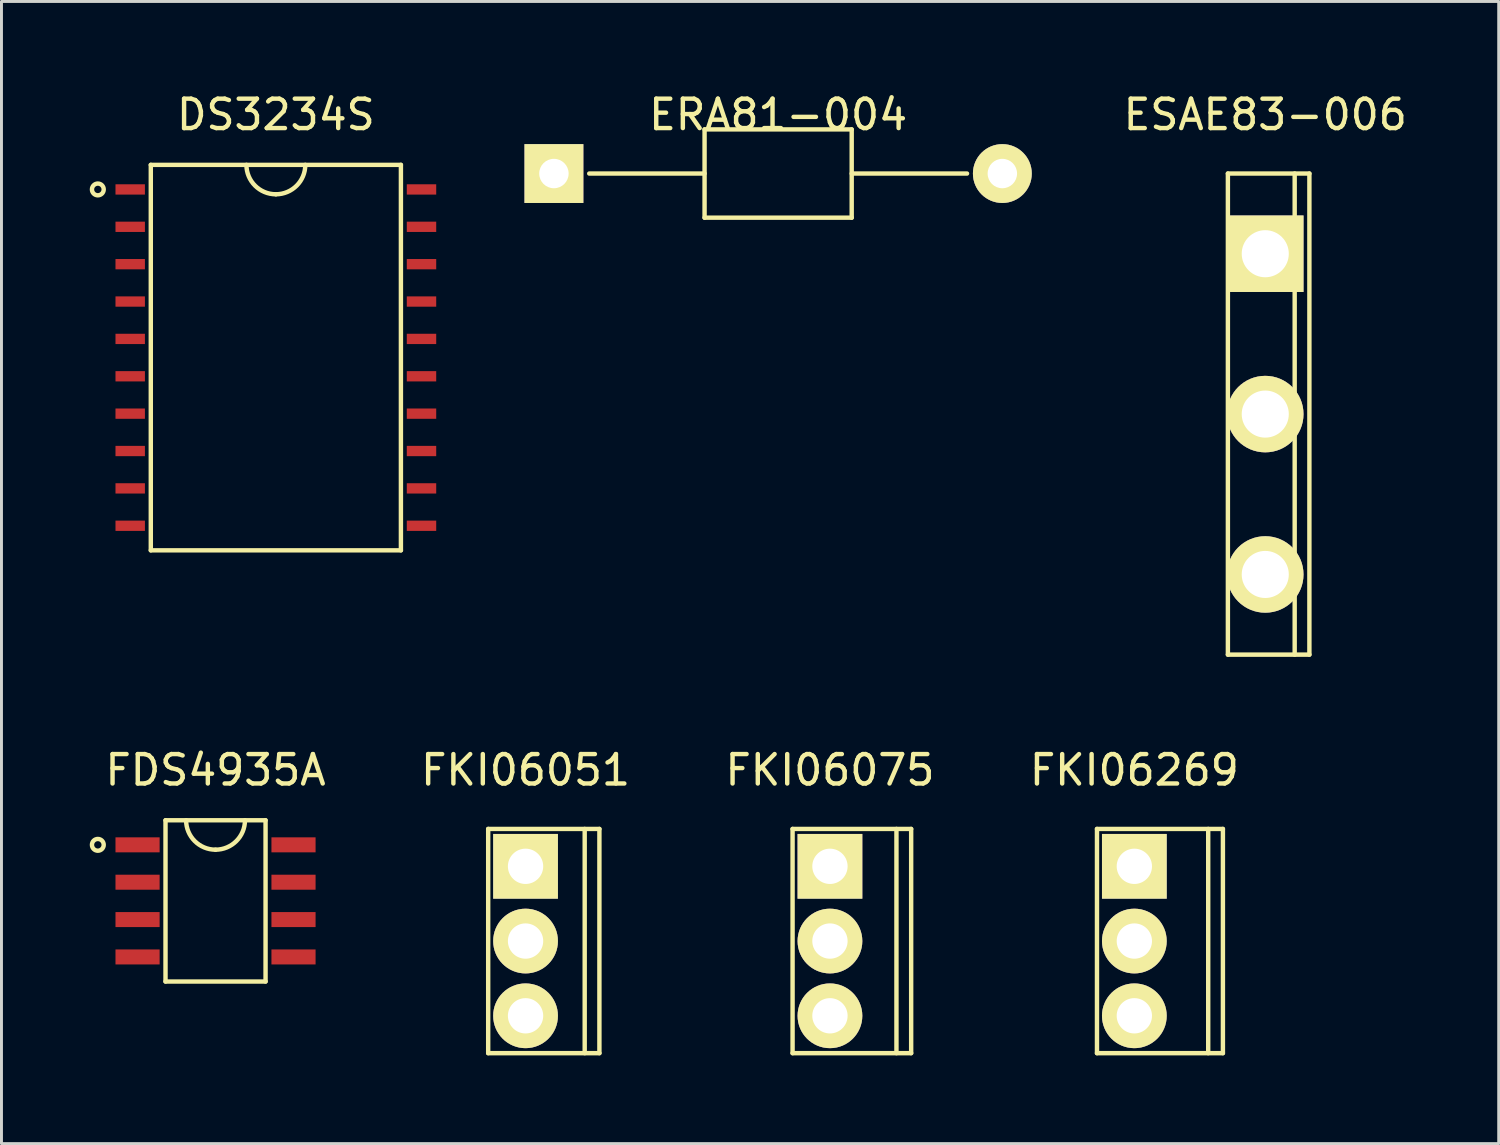
<source format=kicad_pcb>
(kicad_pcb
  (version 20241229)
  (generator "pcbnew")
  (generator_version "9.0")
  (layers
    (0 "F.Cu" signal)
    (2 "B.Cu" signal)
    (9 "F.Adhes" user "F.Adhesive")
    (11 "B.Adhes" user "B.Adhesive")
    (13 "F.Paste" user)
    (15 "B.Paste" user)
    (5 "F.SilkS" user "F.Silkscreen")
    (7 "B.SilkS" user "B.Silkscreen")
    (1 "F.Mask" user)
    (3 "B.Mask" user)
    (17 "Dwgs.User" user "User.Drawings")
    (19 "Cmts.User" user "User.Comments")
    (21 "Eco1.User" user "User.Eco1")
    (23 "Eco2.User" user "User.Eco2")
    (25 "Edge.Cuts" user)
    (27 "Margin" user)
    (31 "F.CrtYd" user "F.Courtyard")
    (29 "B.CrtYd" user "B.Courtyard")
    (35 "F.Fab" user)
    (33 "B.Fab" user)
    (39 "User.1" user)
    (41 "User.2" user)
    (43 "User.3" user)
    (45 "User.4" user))
  (footprint "ESAE83-006"
    (layer "F.Cu")
    (at 39.95 5.573)
    (property "Reference" "ESAE83-006" (at 0 -4.725 0) (layer "F.SilkS") (effects (font (size 1 1) (thickness 0.15))))
    (attr through_hole)
    (fp_line (start -1.27 -2.725) (end -1.27 13.625) (stroke (width 0.15) (type solid)) (layer "F.SilkS"))
    (fp_line (start -1.27 -2.725) (end 1.5 -2.725) (stroke (width 0.15) (type solid)) (layer "F.SilkS"))
    (fp_line (start -1.27 13.625) (end 1.5 13.625) (stroke (width 0.15) (type solid)) (layer "F.SilkS"))
    (fp_line (start 1 -2.725) (end 1 13.625) (stroke (width 0.15) (type solid)) (layer "F.SilkS"))
    (fp_line (start 1.5 -2.725) (end 1.5 13.625) (stroke (width 0.15) (type solid)) (layer "F.SilkS"))
    (pad "1" thru_hole rect (at 0 0) (size 2.6 2.6) (drill 1.6) (layers "*.Cu" "*.Mask" "F.SilkS"))
    (pad "2" thru_hole circle (at 0 5.45) (size 2.6 2.6) (drill 1.6) (layers "*.Cu" "*.Mask" "F.SilkS"))
    (pad "3" thru_hole circle (at 0 10.9) (size 2.6 2.6) (drill 1.6) (layers "*.Cu" "*.Mask" "F.SilkS")))
  (footprint "DS3234S"
    (layer "F.Cu")
    (at 1.375 3.388)
    (property "Reference" "DS3234S" (at 4.95 -2.54 0) (layer "F.SilkS") (effects (font (size 1 1) (thickness 0.15))))
    (attr through_hole)
    (fp_line (start 0.7 -0.835) (end 9.2 -0.835) (stroke (width 0.15) (type solid)) (layer "F.SilkS"))
    (fp_line (start 0.7 12.265) (end 0.7 -0.835) (stroke (width 0.15) (type solid)) (layer "F.SilkS"))
    (fp_line (start 9.2 -0.835) (end 9.2 12.265) (stroke (width 0.15) (type solid)) (layer "F.SilkS"))
    (fp_line (start 9.2 12.265) (end 0.7 12.265) (stroke (width 0.15) (type solid)) (layer "F.SilkS"))
    (fp_arc (start 4.95 0.165) (mid 4.242893 -0.127893) (end 3.95 -0.835) (stroke (width 0.15) (type solid)) (layer "F.SilkS"))
    (fp_arc (start 5.95 -0.835) (mid 5.657107 -0.127893) (end 4.95 0.165) (stroke (width 0.15) (type solid)) (layer "F.SilkS"))
    (fp_circle (center -1.1 0) (end -1.1 0.2) (stroke (width 0.15) (type solid)) (fill no) (layer "F.SilkS"))
    (pad "1" smd rect (at 0 0) (size 1 0.35) (layers "F.Cu" "F.Mask" "F.Paste"))
    (pad "2" smd rect (at 0 1.27) (size 1 0.35) (layers "F.Cu" "F.Mask" "F.Paste"))
    (pad "3" smd rect (at 0 2.54) (size 1 0.35) (layers "F.Cu" "F.Mask" "F.Paste"))
    (pad "4" smd rect (at 0 3.81) (size 1 0.35) (layers "F.Cu" "F.Mask" "F.Paste"))
    (pad "5" smd rect (at 0 5.08) (size 1 0.35) (layers "F.Cu" "F.Mask" "F.Paste"))
    (pad "6" smd rect (at 0 6.35) (size 1 0.35) (layers "F.Cu" "F.Mask" "F.Paste"))
    (pad "7" smd rect (at 0 7.62) (size 1 0.35) (layers "F.Cu" "F.Mask" "F.Paste"))
    (pad "8" smd rect (at 0 8.89) (size 1 0.35) (layers "F.Cu" "F.Mask" "F.Paste"))
    (pad "9" smd rect (at 0 10.16) (size 1 0.35) (layers "F.Cu" "F.Mask" "F.Paste"))
    (pad "10" smd rect (at 0 11.43) (size 1 0.35) (layers "F.Cu" "F.Mask" "F.Paste"))
    (pad "11" smd rect (at 9.9 11.43) (size 1 0.35) (layers "F.Cu" "F.Mask" "F.Paste"))
    (pad "12" smd rect (at 9.9 10.16) (size 1 0.35) (layers "F.Cu" "F.Mask" "F.Paste"))
    (pad "13" smd rect (at 9.9 8.89) (size 1 0.35) (layers "F.Cu" "F.Mask" "F.Paste"))
    (pad "14" smd rect (at 9.9 7.62) (size 1 0.35) (layers "F.Cu" "F.Mask" "F.Paste"))
    (pad "15" smd rect (at 9.9 6.35) (size 1 0.35) (layers "F.Cu" "F.Mask" "F.Paste"))
    (pad "16" smd rect (at 9.9 5.08) (size 1 0.35) (layers "F.Cu" "F.Mask" "F.Paste"))
    (pad "17" smd rect (at 9.9 3.81) (size 1 0.35) (layers "F.Cu" "F.Mask" "F.Paste"))
    (pad "18" smd rect (at 9.9 2.54) (size 1 0.35) (layers "F.Cu" "F.Mask" "F.Paste"))
    (pad "19" smd rect (at 9.9 1.27) (size 1 0.35) (layers "F.Cu" "F.Mask" "F.Paste"))
    (pad "20" smd rect (at 9.9 0) (size 1 0.35) (layers "F.Cu" "F.Mask" "F.Paste")))
  (footprint "FDS4935A"
    (layer "F.Cu")
    (at 1.625 25.662)
    (property "Reference" "FDS4935A" (at 2.65 -2.54 0) (layer "F.SilkS") (effects (font (size 1 1) (thickness 0.15))))
    (attr through_hole)
    (fp_line (start 0.95 -0.835) (end 4.35 -0.835) (stroke (width 0.15) (type solid)) (layer "F.SilkS"))
    (fp_line (start 0.95 4.645) (end 0.95 -0.835) (stroke (width 0.15) (type solid)) (layer "F.SilkS"))
    (fp_line (start 4.35 -0.835) (end 4.35 4.645) (stroke (width 0.15) (type solid)) (layer "F.SilkS"))
    (fp_line (start 4.35 4.645) (end 0.95 4.645) (stroke (width 0.15) (type solid)) (layer "F.SilkS"))
    (fp_arc (start 2.65 0.165) (mid 1.942893 -0.127893) (end 1.65 -0.835) (stroke (width 0.15) (type solid)) (layer "F.SilkS"))
    (fp_arc (start 3.65 -0.835) (mid 3.357107 -0.127893) (end 2.65 0.165) (stroke (width 0.15) (type solid)) (layer "F.SilkS"))
    (fp_circle (center -1.35 0) (end -1.35 0.2) (stroke (width 0.15) (type solid)) (fill no) (layer "F.SilkS"))
    (pad "1" smd rect (at 0 0) (size 1.5 0.51) (layers "F.Cu" "F.Mask" "F.Paste"))
    (pad "2" smd rect (at 0 1.27) (size 1.5 0.51) (layers "F.Cu" "F.Mask" "F.Paste"))
    (pad "3" smd rect (at 0 2.54) (size 1.5 0.51) (layers "F.Cu" "F.Mask" "F.Paste"))
    (pad "4" smd rect (at 0 3.81) (size 1.5 0.51) (layers "F.Cu" "F.Mask" "F.Paste"))
    (pad "5" smd rect (at 5.3 3.81) (size 1.5 0.51) (layers "F.Cu" "F.Mask" "F.Paste"))
    (pad "6" smd rect (at 5.3 2.54) (size 1.5 0.51) (layers "F.Cu" "F.Mask" "F.Paste"))
    (pad "7" smd rect (at 5.3 1.27) (size 1.5 0.51) (layers "F.Cu" "F.Mask" "F.Paste"))
    (pad "8" smd rect (at 5.3 0) (size 1.5 0.51) (layers "F.Cu" "F.Mask" "F.Paste")))
  (footprint "FKI06075"
    (layer "F.Cu")
    (at 25.156 26.392)
    (property "Reference" "FKI06075" (at 0 -3.27 0) (layer "F.SilkS") (effects (font (size 1 1) (thickness 0.15))))
    (attr through_hole)
    (fp_line (start -1.27 -1.27) (end -1.27 6.35) (stroke (width 0.15) (type solid)) (layer "F.SilkS"))
    (fp_line (start -1.27 -1.27) (end 2.76 -1.27) (stroke (width 0.15) (type solid)) (layer "F.SilkS"))
    (fp_line (start -1.27 6.35) (end 2.76 6.35) (stroke (width 0.15) (type solid)) (layer "F.SilkS"))
    (fp_line (start 2.26 -1.27) (end 2.26 6.35) (stroke (width 0.15) (type solid)) (layer "F.SilkS"))
    (fp_line (start 2.76 -1.27) (end 2.76 6.35) (stroke (width 0.15) (type solid)) (layer "F.SilkS"))
    (pad "1" thru_hole rect (at 0 0) (size 2.2 2.2) (drill 1.2) (layers "*.Cu" "*.Mask" "F.SilkS"))
    (pad "2" thru_hole circle (at 0 2.54) (size 2.2 2.2) (drill 1.2) (layers "*.Cu" "*.Mask" "F.SilkS"))
    (pad "3" thru_hole circle (at 0 5.08) (size 2.2 2.2) (drill 1.2) (layers "*.Cu" "*.Mask" "F.SilkS")))
  (footprint "FKI06051"
    (layer "F.Cu")
    (at 14.811 26.392)
    (property "Reference" "FKI06051" (at 0 -3.27 0) (layer "F.SilkS") (effects (font (size 1 1) (thickness 0.15))))
    (attr through_hole)
    (fp_line (start -1.27 -1.27) (end -1.27 6.35) (stroke (width 0.15) (type solid)) (layer "F.SilkS"))
    (fp_line (start -1.27 -1.27) (end 2.51 -1.27) (stroke (width 0.15) (type solid)) (layer "F.SilkS"))
    (fp_line (start -1.27 6.35) (end 2.51 6.35) (stroke (width 0.15) (type solid)) (layer "F.SilkS"))
    (fp_line (start 2.01 -1.27) (end 2.01 6.35) (stroke (width 0.15) (type solid)) (layer "F.SilkS"))
    (fp_line (start 2.51 -1.27) (end 2.51 6.35) (stroke (width 0.15) (type solid)) (layer "F.SilkS"))
    (pad "1" thru_hole rect (at 0 0) (size 2.2 2.2) (drill 1.2) (layers "*.Cu" "*.Mask" "F.SilkS"))
    (pad "2" thru_hole circle (at 0 2.54) (size 2.2 2.2) (drill 1.2) (layers "*.Cu" "*.Mask" "F.SilkS"))
    (pad "3" thru_hole circle (at 0 5.08) (size 2.2 2.2) (drill 1.2) (layers "*.Cu" "*.Mask" "F.SilkS")))
  (footprint "ERA81-004"
    (layer "F.Cu")
    (at 15.775 2.848)
    (property "Reference" "ERA81-004" (at 7.62 -2 0) (layer "F.SilkS") (effects (font (size 1 1) (thickness 0.15))))
    (attr through_hole)
    (fp_line (start 1.2 0) (end 5.12 0) (stroke (width 0.15) (type solid)) (layer "F.SilkS"))
    (fp_line (start 5.12 -1.5) (end 5.12 1.5) (stroke (width 0.15) (type solid)) (layer "F.SilkS"))
    (fp_line (start 5.12 -1.5) (end 10.12 -1.5) (stroke (width 0.15) (type solid)) (layer "F.SilkS"))
    (fp_line (start 5.12 1.5) (end 10.12 1.5) (stroke (width 0.15) (type solid)) (layer "F.SilkS"))
    (fp_line (start 10.12 0) (end 14.04 0) (stroke (width 0.15) (type solid)) (layer "F.SilkS"))
    (fp_line (start 10.12 1.5) (end 10.12 -1.5) (stroke (width 0.15) (type solid)) (layer "F.SilkS"))
    (pad "1" thru_hole rect (at 0 0) (size 2 2) (drill 1) (layers "*.Cu" "*.Mask" "F.SilkS"))
    (pad "2" thru_hole circle (at 15.24 0) (size 2 2) (drill 1) (layers "*.Cu" "*.Mask" "F.SilkS")))
  (footprint "FKI06269"
    (layer "F.Cu")
    (at 35.501 26.392)
    (property "Reference" "FKI06269" (at 0 -3.27 0) (layer "F.SilkS") (effects (font (size 1 1) (thickness 0.15))))
    (attr through_hole)
    (fp_line (start -1.27 -1.27) (end -1.27 6.35) (stroke (width 0.15) (type solid)) (layer "F.SilkS"))
    (fp_line (start -1.27 -1.27) (end 3.01 -1.27) (stroke (width 0.15) (type solid)) (layer "F.SilkS"))
    (fp_line (start -1.27 6.35) (end 3.01 6.35) (stroke (width 0.15) (type solid)) (layer "F.SilkS"))
    (fp_line (start 2.51 -1.27) (end 2.51 6.35) (stroke (width 0.15) (type solid)) (layer "F.SilkS"))
    (fp_line (start 3.01 -1.27) (end 3.01 6.35) (stroke (width 0.15) (type solid)) (layer "F.SilkS"))
    (pad "1" thru_hole rect (at 0 0) (size 2.2 2.2) (drill 1.2) (layers "*.Cu" "*.Mask" "F.SilkS"))
    (pad "2" thru_hole circle (at 0 2.54) (size 2.2 2.2) (drill 1.2) (layers "*.Cu" "*.Mask" "F.SilkS"))
    (pad "3" thru_hole circle (at 0 5.08) (size 2.2 2.2) (drill 1.2) (layers "*.Cu" "*.Mask" "F.SilkS")))
  (gr_rect
    (start -3 -3)
    (end 47.884 35.816)
    (stroke (width 0.1) (type default))
    (fill no)
    (layer "Edge.Cuts")))
</source>
